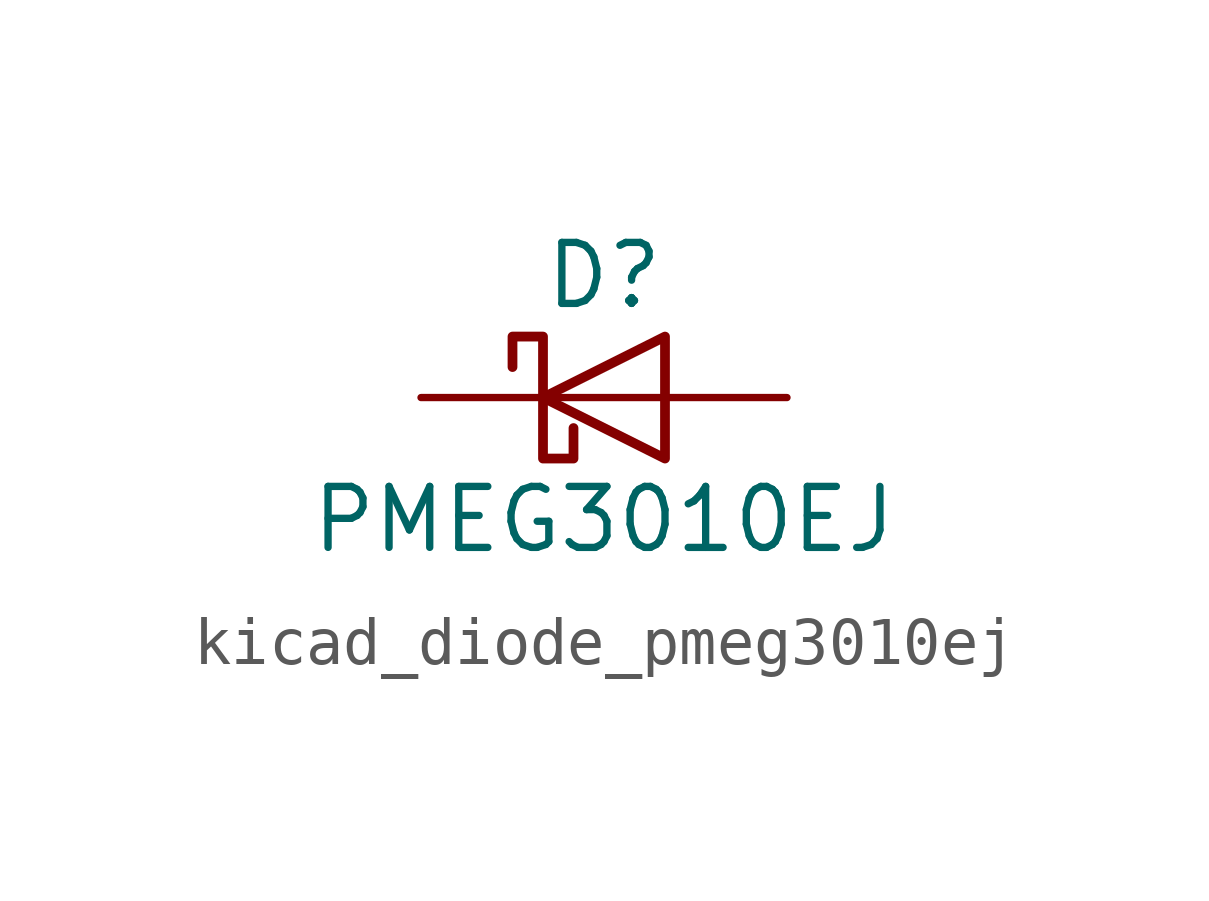
<source format=kicad_sym>
(kicad_symbol_lib
  (version 20220914)
  (generator kicad_symbol_editor)
  (symbol "kicad_diode_pmeg3010ej"
    (pin_numbers hide)
    (pin_names hide)
    (property "Reference" "D"
      (at 0 2.54 0)
      (effects (font (size 1.27 1.27))))
    (property "Value" "PMEG3010EJ"
      (at 0 -2.54 0)
      (effects (font (size 1.27 1.27))))
    (symbol "kicad_diode_pmeg3010ej_0_1"
      (polyline (pts (xy 1.27 0) (xy -1.27 0)) (stroke (width 0) (type default)) (fill (type none)))
      (polyline (pts (xy 1.27 1.27) (xy 1.27 -1.27) (xy -1.27 0) (xy 1.27 1.27)) (stroke (width 0.203) (type default)) (fill (type none)))
      (polyline (pts (xy -1.905 0.635) (xy -1.905 1.27) (xy -1.27 1.27) (xy -1.27 -1.27) (xy -0.635 -1.27) (xy -0.635 -0.635)) (stroke (width 0.203) (type default)) (fill (type none))))
    (symbol "kicad_diode_pmeg3010ej_1_1"
      (pin passive line (at -3.81 0 0) (length 2.54) (name "K" (effects (font (size 1.27 1.27)))) (number "1" (effects (font (size 1.27 1.27)))))
      (pin passive line (at 3.81 0 180) (length 2.54) (name "A" (effects (font (size 1.27 1.27)))) (number "2" (effects (font (size 1.27 1.27))))))))
</source>
